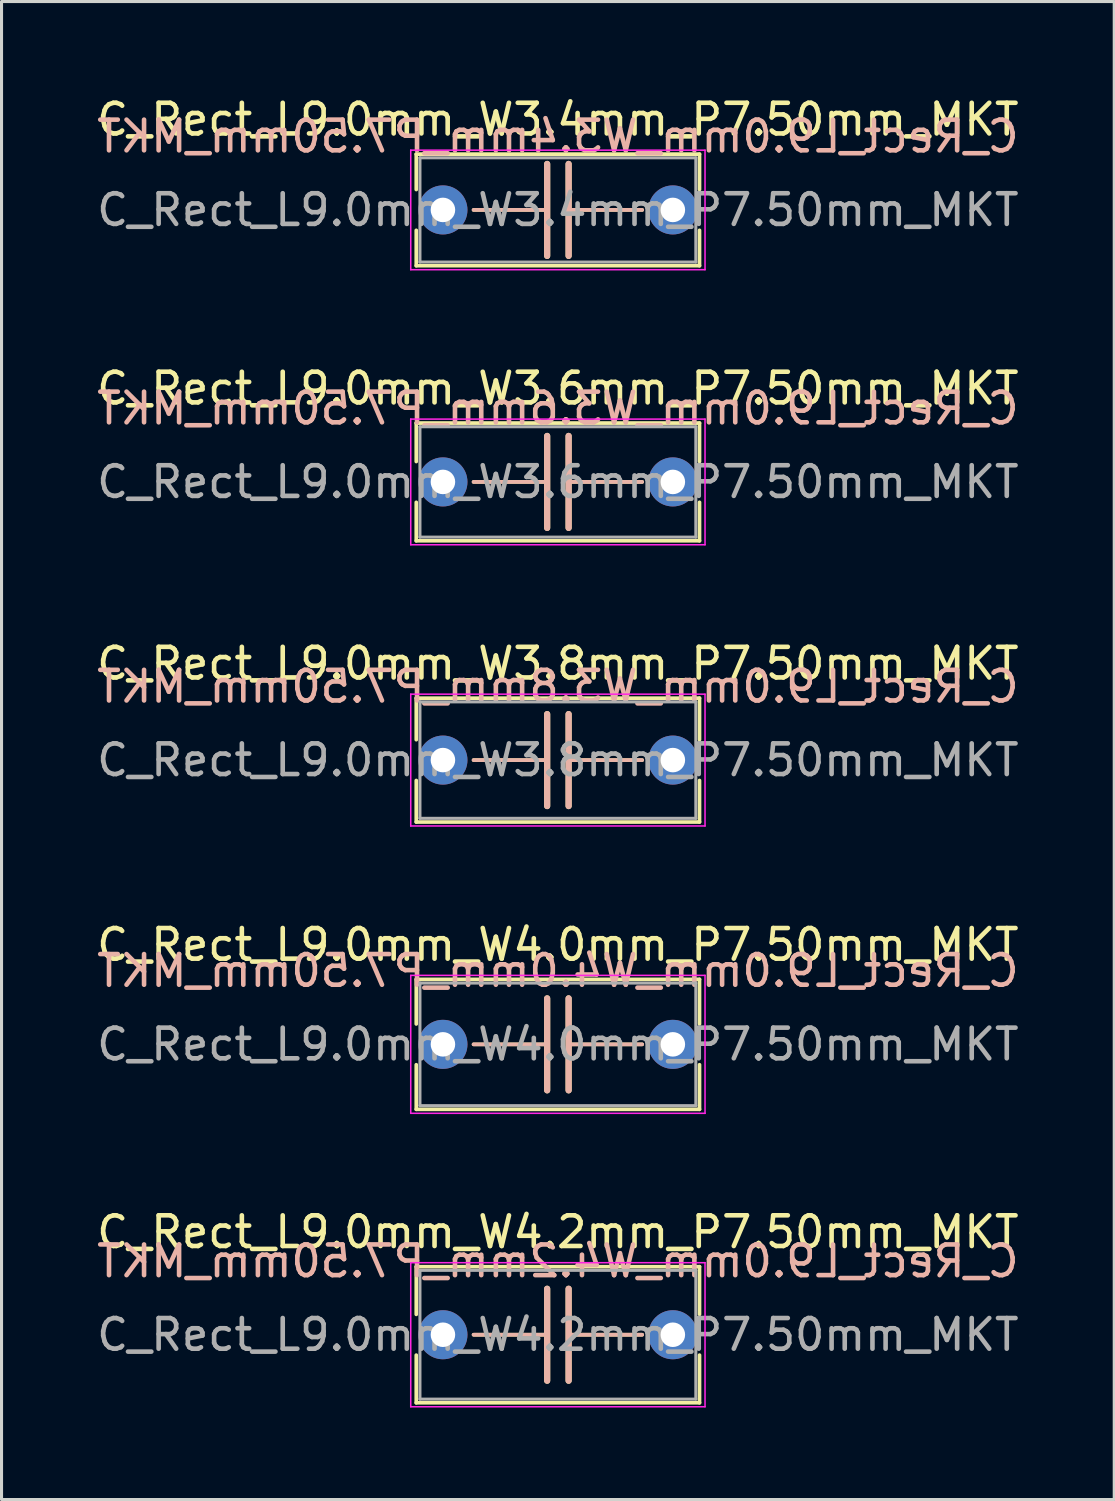
<source format=kicad_pcb>
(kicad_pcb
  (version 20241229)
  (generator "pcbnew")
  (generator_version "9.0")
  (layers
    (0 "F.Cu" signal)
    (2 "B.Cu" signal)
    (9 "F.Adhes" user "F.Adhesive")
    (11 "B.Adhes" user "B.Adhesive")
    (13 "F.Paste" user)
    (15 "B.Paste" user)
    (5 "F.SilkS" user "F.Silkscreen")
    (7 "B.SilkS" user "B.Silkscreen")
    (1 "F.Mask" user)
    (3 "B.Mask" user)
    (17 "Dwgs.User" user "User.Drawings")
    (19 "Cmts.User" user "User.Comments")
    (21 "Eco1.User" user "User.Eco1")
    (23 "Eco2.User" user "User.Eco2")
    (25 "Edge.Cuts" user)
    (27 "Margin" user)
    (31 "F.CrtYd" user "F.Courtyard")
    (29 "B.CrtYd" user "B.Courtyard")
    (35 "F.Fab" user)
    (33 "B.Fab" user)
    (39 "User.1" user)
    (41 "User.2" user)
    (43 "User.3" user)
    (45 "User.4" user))
  (footprint "C_Rect_L9.0mm_W3.4mm_P7.50mm_MKT"
    (layer "F.Cu")
    (at 11.399 3.798)
    (property "Reference" "C_Rect_L9.0mm_W3.4mm_P7.50mm_MKT" (at 3.75 -2.95 0) (layer "F.SilkS") (effects (font (size 1 1) (thickness 0.15))))
    (fp_line (start -0.87 -1.82) (end -0.87 -0.665) (stroke (width 0.12) (type solid)) (layer "F.SilkS"))
    (fp_line (start -0.87 -1.82) (end 8.37 -1.82) (stroke (width 0.12) (type solid)) (layer "F.SilkS"))
    (fp_line (start -0.87 0.665) (end -0.87 1.82) (stroke (width 0.12) (type solid)) (layer "F.SilkS"))
    (fp_line (start -0.87 1.82) (end 8.37 1.82) (stroke (width 0.12) (type solid)) (layer "F.SilkS"))
    (fp_line (start 1 0) (end 3.4 0) (stroke (width 0.12) (type solid)) (layer "F.SilkS"))
    (fp_line (start 3.4 -1.5) (end 3.4 1.5) (stroke (width 0.2) (type solid)) (layer "F.SilkS"))
    (fp_line (start 4.1 -1.5) (end 4.1 1.5) (stroke (width 0.2) (type solid)) (layer "F.SilkS"))
    (fp_line (start 4.1 0) (end 6.5 0) (stroke (width 0.12) (type solid)) (layer "F.SilkS"))
    (fp_line (start 8.37 -1.82) (end 8.37 -0.665) (stroke (width 0.12) (type solid)) (layer "F.SilkS"))
    (fp_line (start 8.37 0.665) (end 8.37 1.82) (stroke (width 0.12) (type solid)) (layer "F.SilkS"))
    (fp_line (start 1 0) (end 3.4 0) (stroke (width 0.12) (type solid)) (layer "B.SilkS"))
    (fp_line (start 3.4 1.5) (end 3.4 -1.5) (stroke (width 0.2) (type solid)) (layer "B.SilkS"))
    (fp_line (start 4.1 0) (end 6.5 0) (stroke (width 0.12) (type solid)) (layer "B.SilkS"))
    (fp_line (start 4.1 1.5) (end 4.1 -1.5) (stroke (width 0.2) (type solid)) (layer "B.SilkS"))
    (fp_line (start -1.05 -1.95) (end -1.05 1.95) (stroke (width 0.05) (type solid)) (layer "F.CrtYd"))
    (fp_line (start -1.05 1.95) (end 8.55 1.95) (stroke (width 0.05) (type solid)) (layer "F.CrtYd"))
    (fp_line (start 8.55 -1.95) (end -1.05 -1.95) (stroke (width 0.05) (type solid)) (layer "F.CrtYd"))
    (fp_line (start 8.55 1.95) (end 8.55 -1.95) (stroke (width 0.05) (type solid)) (layer "F.CrtYd"))
    (fp_line (start -0.75 -1.7) (end -0.75 1.7) (stroke (width 0.1) (type solid)) (layer "F.Fab"))
    (fp_line (start -0.75 1.7) (end 8.25 1.7) (stroke (width 0.1) (type solid)) (layer "F.Fab"))
    (fp_line (start 8.25 -1.7) (end -0.75 -1.7) (stroke (width 0.1) (type solid)) (layer "F.Fab"))
    (fp_line (start 8.25 1.7) (end 8.25 -1.7) (stroke (width 0.1) (type solid)) (layer "F.Fab"))
    (fp_text user "${REFERENCE}" (at 3.75 -2.4 0) (layer "B.SilkS") (effects (font (size 1 1) (thickness 0.15)) (justify mirror)))
    (fp_text user "${REFERENCE}" (at 3.75 0 0) (layer "F.Fab") (effects (font (size 1 1) (thickness 0.15))))
    (pad "1" thru_hole circle (at 0 0) (size 1.6 1.6) (drill 0.8) (layers "*.Cu" "*.Mask"))
    (pad "2" thru_hole circle (at 7.5 0) (size 1.6 1.6) (drill 0.8) (layers "*.Cu" "*.Mask")))
  (footprint "C_Rect_L9.0mm_W4.0mm_P7.50mm_MKT"
    (layer "F.Cu")
    (at 11.399 31.018)
    (property "Reference" "C_Rect_L9.0mm_W4.0mm_P7.50mm_MKT" (at 3.75 -3.25 0) (layer "F.SilkS") (effects (font (size 1 1) (thickness 0.15))))
    (fp_line (start -0.87 -2.12) (end -0.87 -0.665) (stroke (width 0.12) (type solid)) (layer "F.SilkS"))
    (fp_line (start -0.87 -2.12) (end 8.37 -2.12) (stroke (width 0.12) (type solid)) (layer "F.SilkS"))
    (fp_line (start -0.87 0.665) (end -0.87 2.12) (stroke (width 0.12) (type solid)) (layer "F.SilkS"))
    (fp_line (start -0.87 2.12) (end 8.37 2.12) (stroke (width 0.12) (type solid)) (layer "F.SilkS"))
    (fp_line (start 1 0) (end 3.4 0) (stroke (width 0.12) (type solid)) (layer "F.SilkS"))
    (fp_line (start 3.4 -1.5) (end 3.4 1.5) (stroke (width 0.2) (type solid)) (layer "F.SilkS"))
    (fp_line (start 4.1 -1.5) (end 4.1 1.5) (stroke (width 0.2) (type solid)) (layer "F.SilkS"))
    (fp_line (start 4.1 0) (end 6.5 0) (stroke (width 0.12) (type solid)) (layer "F.SilkS"))
    (fp_line (start 8.37 -2.12) (end 8.37 -0.665) (stroke (width 0.12) (type solid)) (layer "F.SilkS"))
    (fp_line (start 8.37 0.665) (end 8.37 2.12) (stroke (width 0.12) (type solid)) (layer "F.SilkS"))
    (fp_line (start 1 0) (end 3.4 0) (stroke (width 0.12) (type solid)) (layer "B.SilkS"))
    (fp_line (start 3.4 1.5) (end 3.4 -1.5) (stroke (width 0.2) (type solid)) (layer "B.SilkS"))
    (fp_line (start 4.1 0) (end 6.5 0) (stroke (width 0.12) (type solid)) (layer "B.SilkS"))
    (fp_line (start 4.1 1.5) (end 4.1 -1.5) (stroke (width 0.2) (type solid)) (layer "B.SilkS"))
    (fp_line (start -1.05 -2.25) (end -1.05 2.25) (stroke (width 0.05) (type solid)) (layer "F.CrtYd"))
    (fp_line (start -1.05 2.25) (end 8.55 2.25) (stroke (width 0.05) (type solid)) (layer "F.CrtYd"))
    (fp_line (start 8.55 -2.25) (end -1.05 -2.25) (stroke (width 0.05) (type solid)) (layer "F.CrtYd"))
    (fp_line (start 8.55 2.25) (end 8.55 -2.25) (stroke (width 0.05) (type solid)) (layer "F.CrtYd"))
    (fp_line (start -0.75 -2) (end -0.75 2) (stroke (width 0.1) (type solid)) (layer "F.Fab"))
    (fp_line (start -0.75 2) (end 8.25 2) (stroke (width 0.1) (type solid)) (layer "F.Fab"))
    (fp_line (start 8.25 -2) (end -0.75 -2) (stroke (width 0.1) (type solid)) (layer "F.Fab"))
    (fp_line (start 8.25 2) (end 8.25 -2) (stroke (width 0.1) (type solid)) (layer "F.Fab"))
    (fp_text user "${REFERENCE}" (at 3.75 -2.4 0) (layer "B.SilkS") (effects (font (size 1 1) (thickness 0.15)) (justify mirror)))
    (fp_text user "${REFERENCE}" (at 3.75 0 0) (layer "F.Fab") (effects (font (size 1 1) (thickness 0.15))))
    (pad "1" thru_hole circle (at 0 0) (size 1.6 1.6) (drill 0.8) (layers "*.Cu" "*.Mask"))
    (pad "2" thru_hole circle (at 7.5 0) (size 1.6 1.6) (drill 0.8) (layers "*.Cu" "*.Mask")))
  (footprint "C_Rect_L9.0mm_W3.8mm_P7.50mm_MKT"
    (layer "F.Cu")
    (at 11.399 21.745)
    (property "Reference" "C_Rect_L9.0mm_W3.8mm_P7.50mm_MKT" (at 3.75 -3.15 0) (layer "F.SilkS") (effects (font (size 1 1) (thickness 0.15))))
    (fp_line (start -0.87 -2.02) (end -0.87 -0.665) (stroke (width 0.12) (type solid)) (layer "F.SilkS"))
    (fp_line (start -0.87 -2.02) (end 8.37 -2.02) (stroke (width 0.12) (type solid)) (layer "F.SilkS"))
    (fp_line (start -0.87 0.665) (end -0.87 2.02) (stroke (width 0.12) (type solid)) (layer "F.SilkS"))
    (fp_line (start -0.87 2.02) (end 8.37 2.02) (stroke (width 0.12) (type solid)) (layer "F.SilkS"))
    (fp_line (start 1 0) (end 3.4 0) (stroke (width 0.12) (type solid)) (layer "F.SilkS"))
    (fp_line (start 3.4 -1.5) (end 3.4 1.5) (stroke (width 0.2) (type solid)) (layer "F.SilkS"))
    (fp_line (start 4.1 -1.5) (end 4.1 1.5) (stroke (width 0.2) (type solid)) (layer "F.SilkS"))
    (fp_line (start 4.1 0) (end 6.5 0) (stroke (width 0.12) (type solid)) (layer "F.SilkS"))
    (fp_line (start 8.37 -2.02) (end 8.37 -0.665) (stroke (width 0.12) (type solid)) (layer "F.SilkS"))
    (fp_line (start 8.37 0.665) (end 8.37 2.02) (stroke (width 0.12) (type solid)) (layer "F.SilkS"))
    (fp_line (start 1 0) (end 3.4 0) (stroke (width 0.12) (type solid)) (layer "B.SilkS"))
    (fp_line (start 3.4 1.5) (end 3.4 -1.5) (stroke (width 0.2) (type solid)) (layer "B.SilkS"))
    (fp_line (start 4.1 0) (end 6.5 0) (stroke (width 0.12) (type solid)) (layer "B.SilkS"))
    (fp_line (start 4.1 1.5) (end 4.1 -1.5) (stroke (width 0.2) (type solid)) (layer "B.SilkS"))
    (fp_line (start -1.05 -2.15) (end -1.05 2.15) (stroke (width 0.05) (type solid)) (layer "F.CrtYd"))
    (fp_line (start -1.05 2.15) (end 8.55 2.15) (stroke (width 0.05) (type solid)) (layer "F.CrtYd"))
    (fp_line (start 8.55 -2.15) (end -1.05 -2.15) (stroke (width 0.05) (type solid)) (layer "F.CrtYd"))
    (fp_line (start 8.55 2.15) (end 8.55 -2.15) (stroke (width 0.05) (type solid)) (layer "F.CrtYd"))
    (fp_line (start -0.75 -1.9) (end -0.75 1.9) (stroke (width 0.1) (type solid)) (layer "F.Fab"))
    (fp_line (start -0.75 1.9) (end 8.25 1.9) (stroke (width 0.1) (type solid)) (layer "F.Fab"))
    (fp_line (start 8.25 -1.9) (end -0.75 -1.9) (stroke (width 0.1) (type solid)) (layer "F.Fab"))
    (fp_line (start 8.25 1.9) (end 8.25 -1.9) (stroke (width 0.1) (type solid)) (layer "F.Fab"))
    (fp_text user "${REFERENCE}" (at 3.75 -2.4 0) (layer "B.SilkS") (effects (font (size 1 1) (thickness 0.15)) (justify mirror)))
    (fp_text user "${REFERENCE}" (at 3.75 0 0) (layer "F.Fab") (effects (font (size 1 1) (thickness 0.15))))
    (pad "1" thru_hole circle (at 0 0) (size 1.6 1.6) (drill 0.8) (layers "*.Cu" "*.Mask"))
    (pad "2" thru_hole circle (at 7.5 0) (size 1.6 1.6) (drill 0.8) (layers "*.Cu" "*.Mask")))
  (footprint "C_Rect_L9.0mm_W3.6mm_P7.50mm_MKT"
    (layer "F.Cu")
    (at 11.399 12.671)
    (property "Reference" "C_Rect_L9.0mm_W3.6mm_P7.50mm_MKT" (at 3.75 -3.05 0) (layer "F.SilkS") (effects (font (size 1 1) (thickness 0.15))))
    (fp_line (start -0.87 -1.92) (end -0.87 -0.665) (stroke (width 0.12) (type solid)) (layer "F.SilkS"))
    (fp_line (start -0.87 -1.92) (end 8.37 -1.92) (stroke (width 0.12) (type solid)) (layer "F.SilkS"))
    (fp_line (start -0.87 0.665) (end -0.87 1.92) (stroke (width 0.12) (type solid)) (layer "F.SilkS"))
    (fp_line (start -0.87 1.92) (end 8.37 1.92) (stroke (width 0.12) (type solid)) (layer "F.SilkS"))
    (fp_line (start 1 0) (end 3.4 0) (stroke (width 0.12) (type solid)) (layer "F.SilkS"))
    (fp_line (start 3.4 -1.5) (end 3.4 1.5) (stroke (width 0.2) (type solid)) (layer "F.SilkS"))
    (fp_line (start 4.1 -1.5) (end 4.1 1.5) (stroke (width 0.2) (type solid)) (layer "F.SilkS"))
    (fp_line (start 4.1 0) (end 6.5 0) (stroke (width 0.12) (type solid)) (layer "F.SilkS"))
    (fp_line (start 8.37 -1.92) (end 8.37 -0.665) (stroke (width 0.12) (type solid)) (layer "F.SilkS"))
    (fp_line (start 8.37 0.665) (end 8.37 1.92) (stroke (width 0.12) (type solid)) (layer "F.SilkS"))
    (fp_line (start 1 0) (end 3.4 0) (stroke (width 0.12) (type solid)) (layer "B.SilkS"))
    (fp_line (start 3.4 1.5) (end 3.4 -1.5) (stroke (width 0.2) (type solid)) (layer "B.SilkS"))
    (fp_line (start 4.1 0) (end 6.5 0) (stroke (width 0.12) (type solid)) (layer "B.SilkS"))
    (fp_line (start 4.1 1.5) (end 4.1 -1.5) (stroke (width 0.2) (type solid)) (layer "B.SilkS"))
    (fp_line (start -1.05 -2.05) (end -1.05 2.05) (stroke (width 0.05) (type solid)) (layer "F.CrtYd"))
    (fp_line (start -1.05 2.05) (end 8.55 2.05) (stroke (width 0.05) (type solid)) (layer "F.CrtYd"))
    (fp_line (start 8.55 -2.05) (end -1.05 -2.05) (stroke (width 0.05) (type solid)) (layer "F.CrtYd"))
    (fp_line (start 8.55 2.05) (end 8.55 -2.05) (stroke (width 0.05) (type solid)) (layer "F.CrtYd"))
    (fp_line (start -0.75 -1.8) (end -0.75 1.8) (stroke (width 0.1) (type solid)) (layer "F.Fab"))
    (fp_line (start -0.75 1.8) (end 8.25 1.8) (stroke (width 0.1) (type solid)) (layer "F.Fab"))
    (fp_line (start 8.25 -1.8) (end -0.75 -1.8) (stroke (width 0.1) (type solid)) (layer "F.Fab"))
    (fp_line (start 8.25 1.8) (end 8.25 -1.8) (stroke (width 0.1) (type solid)) (layer "F.Fab"))
    (fp_text user "${REFERENCE}" (at 3.75 -2.4 0) (layer "B.SilkS") (effects (font (size 1 1) (thickness 0.15)) (justify mirror)))
    (fp_text user "${REFERENCE}" (at 3.75 0 0) (layer "F.Fab") (effects (font (size 1 1) (thickness 0.15))))
    (pad "1" thru_hole circle (at 0 0) (size 1.6 1.6) (drill 0.8) (layers "*.Cu" "*.Mask"))
    (pad "2" thru_hole circle (at 7.5 0) (size 1.6 1.6) (drill 0.8) (layers "*.Cu" "*.Mask")))
  (footprint "C_Rect_L9.0mm_W4.2mm_P7.50mm_MKT"
    (layer "F.Cu")
    (at 11.399 40.491)
    (property "Reference" "C_Rect_L9.0mm_W4.2mm_P7.50mm_MKT" (at 3.75 -3.35 0) (layer "F.SilkS") (effects (font (size 1 1) (thickness 0.15))))
    (fp_line (start -0.87 -2.22) (end -0.87 -0.665) (stroke (width 0.12) (type solid)) (layer "F.SilkS"))
    (fp_line (start -0.87 -2.22) (end 8.37 -2.22) (stroke (width 0.12) (type solid)) (layer "F.SilkS"))
    (fp_line (start -0.87 0.665) (end -0.87 2.22) (stroke (width 0.12) (type solid)) (layer "F.SilkS"))
    (fp_line (start -0.87 2.22) (end 8.37 2.22) (stroke (width 0.12) (type solid)) (layer "F.SilkS"))
    (fp_line (start 1 0) (end 3.4 0) (stroke (width 0.12) (type solid)) (layer "F.SilkS"))
    (fp_line (start 3.4 -1.5) (end 3.4 1.5) (stroke (width 0.2) (type solid)) (layer "F.SilkS"))
    (fp_line (start 4.1 -1.5) (end 4.1 1.5) (stroke (width 0.2) (type solid)) (layer "F.SilkS"))
    (fp_line (start 4.1 0) (end 6.5 0) (stroke (width 0.12) (type solid)) (layer "F.SilkS"))
    (fp_line (start 8.37 -2.22) (end 8.37 -0.665) (stroke (width 0.12) (type solid)) (layer "F.SilkS"))
    (fp_line (start 8.37 0.665) (end 8.37 2.22) (stroke (width 0.12) (type solid)) (layer "F.SilkS"))
    (fp_line (start 1 0) (end 3.4 0) (stroke (width 0.12) (type solid)) (layer "B.SilkS"))
    (fp_line (start 3.4 1.5) (end 3.4 -1.5) (stroke (width 0.2) (type solid)) (layer "B.SilkS"))
    (fp_line (start 4.1 0) (end 6.5 0) (stroke (width 0.12) (type solid)) (layer "B.SilkS"))
    (fp_line (start 4.1 1.5) (end 4.1 -1.5) (stroke (width 0.2) (type solid)) (layer "B.SilkS"))
    (fp_line (start -1.05 -2.35) (end -1.05 2.35) (stroke (width 0.05) (type solid)) (layer "F.CrtYd"))
    (fp_line (start -1.05 2.35) (end 8.55 2.35) (stroke (width 0.05) (type solid)) (layer "F.CrtYd"))
    (fp_line (start 8.55 -2.35) (end -1.05 -2.35) (stroke (width 0.05) (type solid)) (layer "F.CrtYd"))
    (fp_line (start 8.55 2.35) (end 8.55 -2.35) (stroke (width 0.05) (type solid)) (layer "F.CrtYd"))
    (fp_line (start -0.75 -2.1) (end -0.75 2.1) (stroke (width 0.1) (type solid)) (layer "F.Fab"))
    (fp_line (start -0.75 2.1) (end 8.25 2.1) (stroke (width 0.1) (type solid)) (layer "F.Fab"))
    (fp_line (start 8.25 -2.1) (end -0.75 -2.1) (stroke (width 0.1) (type solid)) (layer "F.Fab"))
    (fp_line (start 8.25 2.1) (end 8.25 -2.1) (stroke (width 0.1) (type solid)) (layer "F.Fab"))
    (fp_text user "${REFERENCE}" (at 3.75 -2.4 0) (layer "B.SilkS") (effects (font (size 1 1) (thickness 0.15)) (justify mirror)))
    (fp_text user "${REFERENCE}" (at 3.75 0 0) (layer "F.Fab") (effects (font (size 1 1) (thickness 0.15))))
    (pad "1" thru_hole circle (at 0 0) (size 1.6 1.6) (drill 0.8) (layers "*.Cu" "*.Mask"))
    (pad "2" thru_hole circle (at 7.5 0) (size 1.6 1.6) (drill 0.8) (layers "*.Cu" "*.Mask")))
  (gr_rect
    (start -3 -3)
    (end 33.298 45.866)
    (stroke (width 0.1) (type default))
    (fill no)
    (layer "Edge.Cuts")))
</source>
